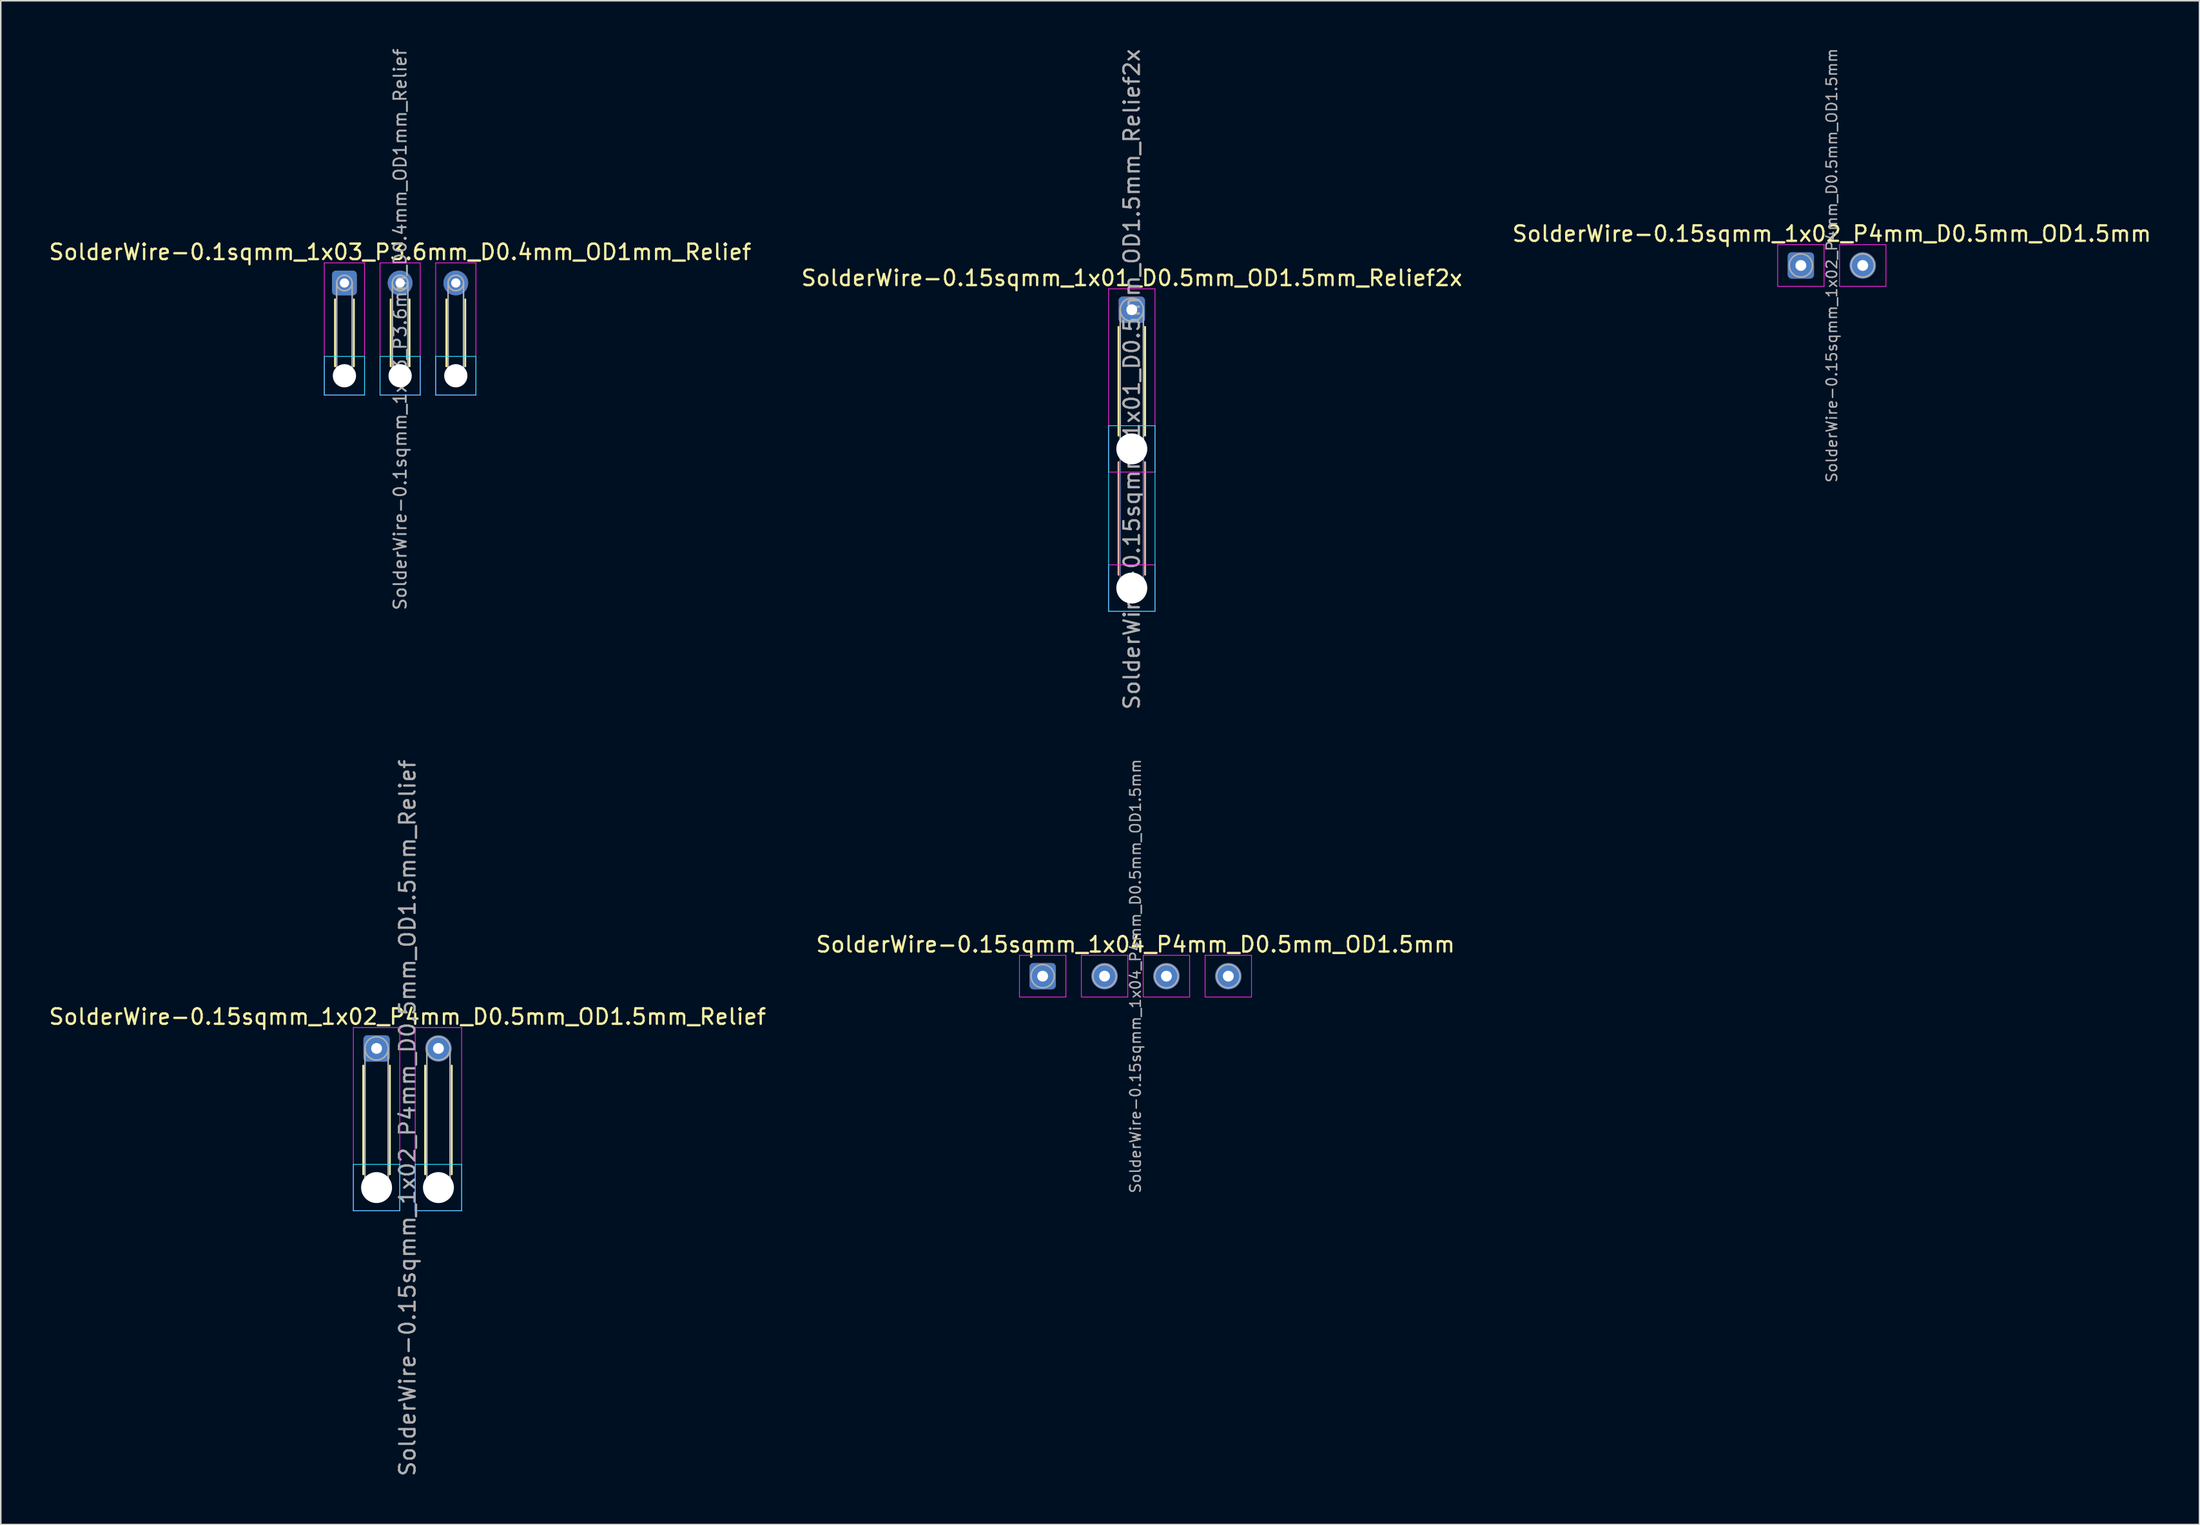
<source format=kicad_pcb>
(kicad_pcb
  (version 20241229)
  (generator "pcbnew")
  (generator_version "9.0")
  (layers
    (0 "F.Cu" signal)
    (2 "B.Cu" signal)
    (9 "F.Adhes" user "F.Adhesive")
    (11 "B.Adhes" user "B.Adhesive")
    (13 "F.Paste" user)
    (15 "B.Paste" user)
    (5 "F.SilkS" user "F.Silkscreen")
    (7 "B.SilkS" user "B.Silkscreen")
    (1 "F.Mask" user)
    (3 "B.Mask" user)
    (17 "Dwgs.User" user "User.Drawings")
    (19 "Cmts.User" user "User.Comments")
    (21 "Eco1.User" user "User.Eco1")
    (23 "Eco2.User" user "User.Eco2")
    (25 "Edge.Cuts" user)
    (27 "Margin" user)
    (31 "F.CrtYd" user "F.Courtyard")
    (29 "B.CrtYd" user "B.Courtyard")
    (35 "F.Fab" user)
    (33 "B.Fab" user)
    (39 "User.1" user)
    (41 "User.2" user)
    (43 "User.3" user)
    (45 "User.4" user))
  (footprint "SolderWire-0.1sqmm_1x03_P3.6mm_D0.4mm_OD1mm_Relief"
    (layer "F.Cu")
    (at 19.215 15.252)
    (property "Reference" "SolderWire-0.1sqmm_1x03_P3.6mm_D0.4mm_OD1mm_Relief" (at 3.6 -2 0) (layer "F.SilkS") (effects (font (size 1 1) (thickness 0.15))))
    (attr exclude_from_pos_files exclude_from_bom)
    (fp_line (start -0.61 1.06) (end -0.61 5.39) (stroke (width 0.12) (type solid)) (layer "F.SilkS"))
    (fp_line (start 0.61 1.06) (end 0.61 5.39) (stroke (width 0.12) (type solid)) (layer "F.SilkS"))
    (fp_line (start 2.99 1.06) (end 2.99 5.39) (stroke (width 0.12) (type solid)) (layer "F.SilkS"))
    (fp_line (start 4.21 1.06) (end 4.21 5.39) (stroke (width 0.12) (type solid)) (layer "F.SilkS"))
    (fp_line (start 6.59 1.06) (end 6.59 5.39) (stroke (width 0.12) (type solid)) (layer "F.SilkS"))
    (fp_line (start 7.81 1.06) (end 7.81 5.39) (stroke (width 0.12) (type solid)) (layer "F.SilkS"))
    (fp_line (start -1.3 4.75) (end -1.3 7.25) (stroke (width 0.05) (type solid)) (layer "B.CrtYd"))
    (fp_line (start -1.3 7.25) (end 1.3 7.25) (stroke (width 0.05) (type solid)) (layer "B.CrtYd"))
    (fp_line (start 1.3 4.75) (end -1.3 4.75) (stroke (width 0.05) (type solid)) (layer "B.CrtYd"))
    (fp_line (start 1.3 7.25) (end 1.3 4.75) (stroke (width 0.05) (type solid)) (layer "B.CrtYd"))
    (fp_line (start 2.3 4.75) (end 2.3 7.25) (stroke (width 0.05) (type solid)) (layer "B.CrtYd"))
    (fp_line (start 2.3 7.25) (end 4.9 7.25) (stroke (width 0.05) (type solid)) (layer "B.CrtYd"))
    (fp_line (start 4.9 4.75) (end 2.3 4.75) (stroke (width 0.05) (type solid)) (layer "B.CrtYd"))
    (fp_line (start 4.9 7.25) (end 4.9 4.75) (stroke (width 0.05) (type solid)) (layer "B.CrtYd"))
    (fp_line (start 5.9 4.75) (end 5.9 7.25) (stroke (width 0.05) (type solid)) (layer "B.CrtYd"))
    (fp_line (start 5.9 7.25) (end 8.5 7.25) (stroke (width 0.05) (type solid)) (layer "B.CrtYd"))
    (fp_line (start 8.5 4.75) (end 5.9 4.75) (stroke (width 0.05) (type solid)) (layer "B.CrtYd"))
    (fp_line (start 8.5 7.25) (end 8.5 4.75) (stroke (width 0.05) (type solid)) (layer "B.CrtYd"))
    (fp_line (start -1.3 -1.3) (end -1.3 7.25) (stroke (width 0.05) (type solid)) (layer "F.CrtYd"))
    (fp_line (start -1.3 7.25) (end 1.3 7.25) (stroke (width 0.05) (type solid)) (layer "F.CrtYd"))
    (fp_line (start 1.3 -1.3) (end -1.3 -1.3) (stroke (width 0.05) (type solid)) (layer "F.CrtYd"))
    (fp_line (start 1.3 7.25) (end 1.3 -1.3) (stroke (width 0.05) (type solid)) (layer "F.CrtYd"))
    (fp_line (start 2.3 -1.3) (end 2.3 7.25) (stroke (width 0.05) (type solid)) (layer "F.CrtYd"))
    (fp_line (start 2.3 7.25) (end 4.9 7.25) (stroke (width 0.05) (type solid)) (layer "F.CrtYd"))
    (fp_line (start 4.9 -1.3) (end 2.3 -1.3) (stroke (width 0.05) (type solid)) (layer "F.CrtYd"))
    (fp_line (start 4.9 7.25) (end 4.9 -1.3) (stroke (width 0.05) (type solid)) (layer "F.CrtYd"))
    (fp_line (start 5.9 -1.3) (end 5.9 7.25) (stroke (width 0.05) (type solid)) (layer "F.CrtYd"))
    (fp_line (start 5.9 7.25) (end 8.5 7.25) (stroke (width 0.05) (type solid)) (layer "F.CrtYd"))
    (fp_line (start 8.5 -1.3) (end 5.9 -1.3) (stroke (width 0.05) (type solid)) (layer "F.CrtYd"))
    (fp_line (start 8.5 7.25) (end 8.5 -1.3) (stroke (width 0.05) (type solid)) (layer "F.CrtYd"))
    (fp_line (start -0.5 0) (end -0.5 6) (stroke (width 0.1) (type solid)) (layer "F.Fab"))
    (fp_line (start 0.5 0) (end 0.5 6) (stroke (width 0.1) (type solid)) (layer "F.Fab"))
    (fp_line (start 3.1 0) (end 3.1 6) (stroke (width 0.1) (type solid)) (layer "F.Fab"))
    (fp_line (start 4.1 0) (end 4.1 6) (stroke (width 0.1) (type solid)) (layer "F.Fab"))
    (fp_line (start 6.7 0) (end 6.7 6) (stroke (width 0.1) (type solid)) (layer "F.Fab"))
    (fp_line (start 7.7 0) (end 7.7 6) (stroke (width 0.1) (type solid)) (layer "F.Fab"))
    (fp_circle (center 0 0) (end 0.5 0) (stroke (width 0.1) (type solid)) (fill no) (layer "F.Fab"))
    (fp_circle (center 0 6) (end 0.5 6) (stroke (width 0.1) (type solid)) (fill no) (layer "F.Fab"))
    (fp_circle (center 3.6 0) (end 4.1 0) (stroke (width 0.1) (type solid)) (fill no) (layer "F.Fab"))
    (fp_circle (center 3.6 6) (end 4.1 6) (stroke (width 0.1) (type solid)) (fill no) (layer "F.Fab"))
    (fp_circle (center 7.2 0) (end 7.7 0) (stroke (width 0.1) (type solid)) (fill no) (layer "F.Fab"))
    (fp_circle (center 7.2 6) (end 7.7 6) (stroke (width 0.1) (type solid)) (fill no) (layer "F.Fab"))
    (fp_text user "${REFERENCE}" (at 3.6 3 90) (layer "F.Fab") (effects (font (size 0.8 0.8) (thickness 0.12))))
    (pad "" np_thru_hole circle (at 0 6) (size 1.5 1.5) (drill 1.5) (layers "*.Cu" "*.Mask"))
    (pad "" np_thru_hole circle (at 3.6 6) (size 1.5 1.5) (drill 1.5) (layers "*.Cu" "*.Mask"))
    (pad "" np_thru_hole circle (at 7.2 6) (size 1.5 1.5) (drill 1.5) (layers "*.Cu" "*.Mask"))
    (pad "1" thru_hole roundrect (at 0 0) (size 1.6 1.6) (drill 0.6) (layers "*.Cu" "*.Mask") (roundrect_rratio 0.156))
    (pad "2" thru_hole circle (at 3.6 0) (size 1.6 1.6) (drill 0.6) (layers "*.Cu" "*.Mask"))
    (pad "3" thru_hole circle (at 7.2 0) (size 1.6 1.6) (drill 0.6) (layers "*.Cu" "*.Mask")))
  (footprint "SolderWire-0.15sqmm_1x01_D0.5mm_OD1.5mm_Relief2x"
    (layer "F.Cu")
    (at 70.113 16.982)
    (property "Reference" "SolderWire-0.15sqmm_1x01_D0.5mm_OD1.5mm_Relief2x" (at 0 -2.05 0) (layer "F.SilkS") (effects (font (size 1 1) (thickness 0.15))))
    (attr exclude_from_pos_files exclude_from_bom)
    (fp_line (start -0.86 1.11) (end -0.86 8.14) (stroke (width 0.12) (type solid)) (layer "F.SilkS"))
    (fp_line (start 0.86 1.11) (end 0.86 8.14) (stroke (width 0.12) (type solid)) (layer "F.SilkS"))
    (fp_line (start -0.86 9.86) (end -0.86 17.14) (stroke (width 0.12) (type solid)) (layer "B.SilkS"))
    (fp_line (start 0.86 9.86) (end 0.86 17.14) (stroke (width 0.12) (type solid)) (layer "B.SilkS"))
    (fp_line (start -1.5 7.5) (end -1.5 19.5) (stroke (width 0.05) (type solid)) (layer "B.CrtYd"))
    (fp_line (start -1.5 19.5) (end 1.5 19.5) (stroke (width 0.05) (type solid)) (layer "B.CrtYd"))
    (fp_line (start 1.5 7.5) (end -1.5 7.5) (stroke (width 0.05) (type solid)) (layer "B.CrtYd"))
    (fp_line (start 1.5 19.5) (end 1.5 7.5) (stroke (width 0.05) (type solid)) (layer "B.CrtYd"))
    (fp_line (start -1.5 -1.35) (end -1.5 10.5) (stroke (width 0.05) (type solid)) (layer "F.CrtYd"))
    (fp_line (start -1.5 10.5) (end 1.5 10.5) (stroke (width 0.05) (type solid)) (layer "F.CrtYd"))
    (fp_line (start -1.5 16.5) (end -1.5 19.5) (stroke (width 0.05) (type solid)) (layer "F.CrtYd"))
    (fp_line (start -1.5 19.5) (end 1.5 19.5) (stroke (width 0.05) (type solid)) (layer "F.CrtYd"))
    (fp_line (start 1.5 -1.35) (end -1.5 -1.35) (stroke (width 0.05) (type solid)) (layer "F.CrtYd"))
    (fp_line (start 1.5 10.5) (end 1.5 -1.35) (stroke (width 0.05) (type solid)) (layer "F.CrtYd"))
    (fp_line (start 1.5 16.5) (end -1.5 16.5) (stroke (width 0.05) (type solid)) (layer "F.CrtYd"))
    (fp_line (start 1.5 19.5) (end 1.5 16.5) (stroke (width 0.05) (type solid)) (layer "F.CrtYd"))
    (fp_line (start -0.75 9) (end -0.75 18) (stroke (width 0.1) (type solid)) (layer "B.Fab"))
    (fp_line (start 0.75 9) (end 0.75 18) (stroke (width 0.1) (type solid)) (layer "B.Fab"))
    (fp_circle (center 0 9) (end 0.75 9) (stroke (width 0.1) (type solid)) (fill no) (layer "B.Fab"))
    (fp_circle (center 0 18) (end 0.75 18) (stroke (width 0.1) (type solid)) (fill no) (layer "B.Fab"))
    (fp_line (start -0.75 0) (end -0.75 9) (stroke (width 0.1) (type solid)) (layer "F.Fab"))
    (fp_line (start 0.75 0) (end 0.75 9) (stroke (width 0.1) (type solid)) (layer "F.Fab"))
    (fp_circle (center 0 0) (end 0.75 0) (stroke (width 0.1) (type solid)) (fill no) (layer "F.Fab"))
    (fp_circle (center 0 9) (end 0.75 9) (stroke (width 0.1) (type solid)) (fill no) (layer "F.Fab"))
    (fp_circle (center 0 18) (end 0.75 18) (stroke (width 0.1) (type solid)) (fill no) (layer "F.Fab"))
    (fp_text user "${REFERENCE}" (at 0 4.5 90) (layer "F.Fab") (effects (font (size 1 1) (thickness 0.15))))
    (pad "" np_thru_hole circle (at 0 9) (size 2 2) (drill 2) (layers "*.Cu" "*.Mask"))
    (pad "" np_thru_hole circle (at 0 18) (size 2 2) (drill 2) (layers "*.Cu" "*.Mask"))
    (pad "1" thru_hole roundrect (at 0 0) (size 1.7 1.7) (drill 0.7) (layers "*.Cu" "*.Mask") (roundrect_rratio 0.147)))
  (footprint "SolderWire-0.15sqmm_1x02_P4mm_D0.5mm_OD1.5mm_Relief"
    (layer "F.Cu")
    (at 21.292 64.756)
    (property "Reference" "SolderWire-0.15sqmm_1x02_P4mm_D0.5mm_OD1.5mm_Relief" (at 2 -2.05 0) (layer "F.SilkS") (effects (font (size 1 1) (thickness 0.15))))
    (attr exclude_from_pos_files exclude_from_bom)
    (fp_line (start -0.86 1.11) (end -0.86 8.14) (stroke (width 0.12) (type solid)) (layer "F.SilkS"))
    (fp_line (start 0.86 1.11) (end 0.86 8.14) (stroke (width 0.12) (type solid)) (layer "F.SilkS"))
    (fp_line (start 3.14 1.11) (end 3.14 8.14) (stroke (width 0.12) (type solid)) (layer "F.SilkS"))
    (fp_line (start 4.86 1.11) (end 4.86 8.14) (stroke (width 0.12) (type solid)) (layer "F.SilkS"))
    (fp_line (start -1.5 7.5) (end -1.5 10.5) (stroke (width 0.05) (type solid)) (layer "B.CrtYd"))
    (fp_line (start -1.5 10.5) (end 1.5 10.5) (stroke (width 0.05) (type solid)) (layer "B.CrtYd"))
    (fp_line (start 1.5 7.5) (end -1.5 7.5) (stroke (width 0.05) (type solid)) (layer "B.CrtYd"))
    (fp_line (start 1.5 10.5) (end 1.5 7.5) (stroke (width 0.05) (type solid)) (layer "B.CrtYd"))
    (fp_line (start 2.5 7.5) (end 2.5 10.5) (stroke (width 0.05) (type solid)) (layer "B.CrtYd"))
    (fp_line (start 2.5 10.5) (end 5.5 10.5) (stroke (width 0.05) (type solid)) (layer "B.CrtYd"))
    (fp_line (start 5.5 7.5) (end 2.5 7.5) (stroke (width 0.05) (type solid)) (layer "B.CrtYd"))
    (fp_line (start 5.5 10.5) (end 5.5 7.5) (stroke (width 0.05) (type solid)) (layer "B.CrtYd"))
    (fp_line (start -1.5 -1.35) (end -1.5 10.5) (stroke (width 0.05) (type solid)) (layer "F.CrtYd"))
    (fp_line (start -1.5 10.5) (end 1.5 10.5) (stroke (width 0.05) (type solid)) (layer "F.CrtYd"))
    (fp_line (start 1.5 -1.35) (end -1.5 -1.35) (stroke (width 0.05) (type solid)) (layer "F.CrtYd"))
    (fp_line (start 1.5 10.5) (end 1.5 -1.35) (stroke (width 0.05) (type solid)) (layer "F.CrtYd"))
    (fp_line (start 2.5 -1.35) (end 2.5 10.5) (stroke (width 0.05) (type solid)) (layer "F.CrtYd"))
    (fp_line (start 2.5 10.5) (end 5.5 10.5) (stroke (width 0.05) (type solid)) (layer "F.CrtYd"))
    (fp_line (start 5.5 -1.35) (end 2.5 -1.35) (stroke (width 0.05) (type solid)) (layer "F.CrtYd"))
    (fp_line (start 5.5 10.5) (end 5.5 -1.35) (stroke (width 0.05) (type solid)) (layer "F.CrtYd"))
    (fp_line (start -0.75 0) (end -0.75 9) (stroke (width 0.1) (type solid)) (layer "F.Fab"))
    (fp_line (start 0.75 0) (end 0.75 9) (stroke (width 0.1) (type solid)) (layer "F.Fab"))
    (fp_line (start 3.25 0) (end 3.25 9) (stroke (width 0.1) (type solid)) (layer "F.Fab"))
    (fp_line (start 4.75 0) (end 4.75 9) (stroke (width 0.1) (type solid)) (layer "F.Fab"))
    (fp_circle (center 0 0) (end 0.75 0) (stroke (width 0.1) (type solid)) (fill no) (layer "F.Fab"))
    (fp_circle (center 0 9) (end 0.75 9) (stroke (width 0.1) (type solid)) (fill no) (layer "F.Fab"))
    (fp_circle (center 4 0) (end 4.75 0) (stroke (width 0.1) (type solid)) (fill no) (layer "F.Fab"))
    (fp_circle (center 4 9) (end 4.75 9) (stroke (width 0.1) (type solid)) (fill no) (layer "F.Fab"))
    (fp_text user "${REFERENCE}" (at 2 4.5 90) (layer "F.Fab") (effects (font (size 1 1) (thickness 0.15))))
    (pad "" np_thru_hole circle (at 0 9) (size 2 2) (drill 2) (layers "*.Cu" "*.Mask"))
    (pad "" np_thru_hole circle (at 4 9) (size 2 2) (drill 2) (layers "*.Cu" "*.Mask"))
    (pad "1" thru_hole roundrect (at 0 0) (size 1.7 1.7) (drill 0.7) (layers "*.Cu" "*.Mask") (roundrect_rratio 0.147))
    (pad "2" thru_hole circle (at 4 0) (size 1.7 1.7) (drill 0.7) (layers "*.Cu" "*.Mask")))
  (footprint "SolderWire-0.15sqmm_1x02_P4mm_D0.5mm_OD1.5mm"
    (layer "F.Cu")
    (at 113.363 14.119)
    (property "Reference" "SolderWire-0.15sqmm_1x02_P4mm_D0.5mm_OD1.5mm" (at 2 -2.05 0) (layer "F.SilkS") (effects (font (size 1 1) (thickness 0.15))))
    (attr exclude_from_pos_files exclude_from_bom)
    (fp_line (start -1.5 -1.35) (end -1.5 1.35) (stroke (width 0.05) (type solid)) (layer "F.CrtYd"))
    (fp_line (start -1.5 1.35) (end 1.5 1.35) (stroke (width 0.05) (type solid)) (layer "F.CrtYd"))
    (fp_line (start 1.5 -1.35) (end -1.5 -1.35) (stroke (width 0.05) (type solid)) (layer "F.CrtYd"))
    (fp_line (start 1.5 1.35) (end 1.5 -1.35) (stroke (width 0.05) (type solid)) (layer "F.CrtYd"))
    (fp_line (start 2.5 -1.35) (end 2.5 1.35) (stroke (width 0.05) (type solid)) (layer "F.CrtYd"))
    (fp_line (start 2.5 1.35) (end 5.5 1.35) (stroke (width 0.05) (type solid)) (layer "F.CrtYd"))
    (fp_line (start 5.5 -1.35) (end 2.5 -1.35) (stroke (width 0.05) (type solid)) (layer "F.CrtYd"))
    (fp_line (start 5.5 1.35) (end 5.5 -1.35) (stroke (width 0.05) (type solid)) (layer "F.CrtYd"))
    (fp_circle (center 0 0) (end 0.75 0) (stroke (width 0.1) (type solid)) (fill no) (layer "F.Fab"))
    (fp_circle (center 4 0) (end 4.75 0) (stroke (width 0.1) (type solid)) (fill no) (layer "F.Fab"))
    (fp_text user "${REFERENCE}" (at 2 0 90) (layer "F.Fab") (effects (font (size 0.68 0.68) (thickness 0.1))))
    (pad "1" thru_hole roundrect (at 0 0) (size 1.7 1.7) (drill 0.7) (layers "*.Cu" "*.Mask") (roundrect_rratio 0.147))
    (pad "2" thru_hole circle (at 4 0) (size 1.7 1.7) (drill 0.7) (layers "*.Cu" "*.Mask")))
  (footprint "SolderWire-0.15sqmm_1x04_P4mm_D0.5mm_OD1.5mm"
    (layer "F.Cu")
    (at 64.351 60.083)
    (property "Reference" "SolderWire-0.15sqmm_1x04_P4mm_D0.5mm_OD1.5mm" (at 6 -2.05 0) (layer "F.SilkS") (effects (font (size 1 1) (thickness 0.15))))
    (attr exclude_from_pos_files exclude_from_bom)
    (fp_line (start -1.5 -1.35) (end -1.5 1.35) (stroke (width 0.05) (type solid)) (layer "F.CrtYd"))
    (fp_line (start -1.5 1.35) (end 1.5 1.35) (stroke (width 0.05) (type solid)) (layer "F.CrtYd"))
    (fp_line (start 1.5 -1.35) (end -1.5 -1.35) (stroke (width 0.05) (type solid)) (layer "F.CrtYd"))
    (fp_line (start 1.5 1.35) (end 1.5 -1.35) (stroke (width 0.05) (type solid)) (layer "F.CrtYd"))
    (fp_line (start 2.5 -1.35) (end 2.5 1.35) (stroke (width 0.05) (type solid)) (layer "F.CrtYd"))
    (fp_line (start 2.5 1.35) (end 5.5 1.35) (stroke (width 0.05) (type solid)) (layer "F.CrtYd"))
    (fp_line (start 5.5 -1.35) (end 2.5 -1.35) (stroke (width 0.05) (type solid)) (layer "F.CrtYd"))
    (fp_line (start 5.5 1.35) (end 5.5 -1.35) (stroke (width 0.05) (type solid)) (layer "F.CrtYd"))
    (fp_line (start 6.5 -1.35) (end 6.5 1.35) (stroke (width 0.05) (type solid)) (layer "F.CrtYd"))
    (fp_line (start 6.5 1.35) (end 9.5 1.35) (stroke (width 0.05) (type solid)) (layer "F.CrtYd"))
    (fp_line (start 9.5 -1.35) (end 6.5 -1.35) (stroke (width 0.05) (type solid)) (layer "F.CrtYd"))
    (fp_line (start 9.5 1.35) (end 9.5 -1.35) (stroke (width 0.05) (type solid)) (layer "F.CrtYd"))
    (fp_line (start 10.5 -1.35) (end 10.5 1.35) (stroke (width 0.05) (type solid)) (layer "F.CrtYd"))
    (fp_line (start 10.5 1.35) (end 13.5 1.35) (stroke (width 0.05) (type solid)) (layer "F.CrtYd"))
    (fp_line (start 13.5 -1.35) (end 10.5 -1.35) (stroke (width 0.05) (type solid)) (layer "F.CrtYd"))
    (fp_line (start 13.5 1.35) (end 13.5 -1.35) (stroke (width 0.05) (type solid)) (layer "F.CrtYd"))
    (fp_circle (center 0 0) (end 0.75 0) (stroke (width 0.1) (type solid)) (fill no) (layer "F.Fab"))
    (fp_circle (center 4 0) (end 4.75 0) (stroke (width 0.1) (type solid)) (fill no) (layer "F.Fab"))
    (fp_circle (center 8 0) (end 8.75 0) (stroke (width 0.1) (type solid)) (fill no) (layer "F.Fab"))
    (fp_circle (center 12 0) (end 12.75 0) (stroke (width 0.1) (type solid)) (fill no) (layer "F.Fab"))
    (fp_text user "${REFERENCE}" (at 6 0 90) (layer "F.Fab") (effects (font (size 0.68 0.68) (thickness 0.1))))
    (pad "1" thru_hole roundrect (at 0 0) (size 1.7 1.7) (drill 0.7) (layers "*.Cu" "*.Mask") (roundrect_rratio 0.147))
    (pad "2" thru_hole circle (at 4 0) (size 1.7 1.7) (drill 0.7) (layers "*.Cu" "*.Mask"))
    (pad "3" thru_hole circle (at 8 0) (size 1.7 1.7) (drill 0.7) (layers "*.Cu" "*.Mask"))
    (pad "4" thru_hole circle (at 12 0) (size 1.7 1.7) (drill 0.7) (layers "*.Cu" "*.Mask")))
  (gr_rect
    (start -3 -3)
    (end 139.131 95.548)
    (stroke (width 0.1) (type default))
    (fill no)
    (layer "Edge.Cuts")))
</source>
